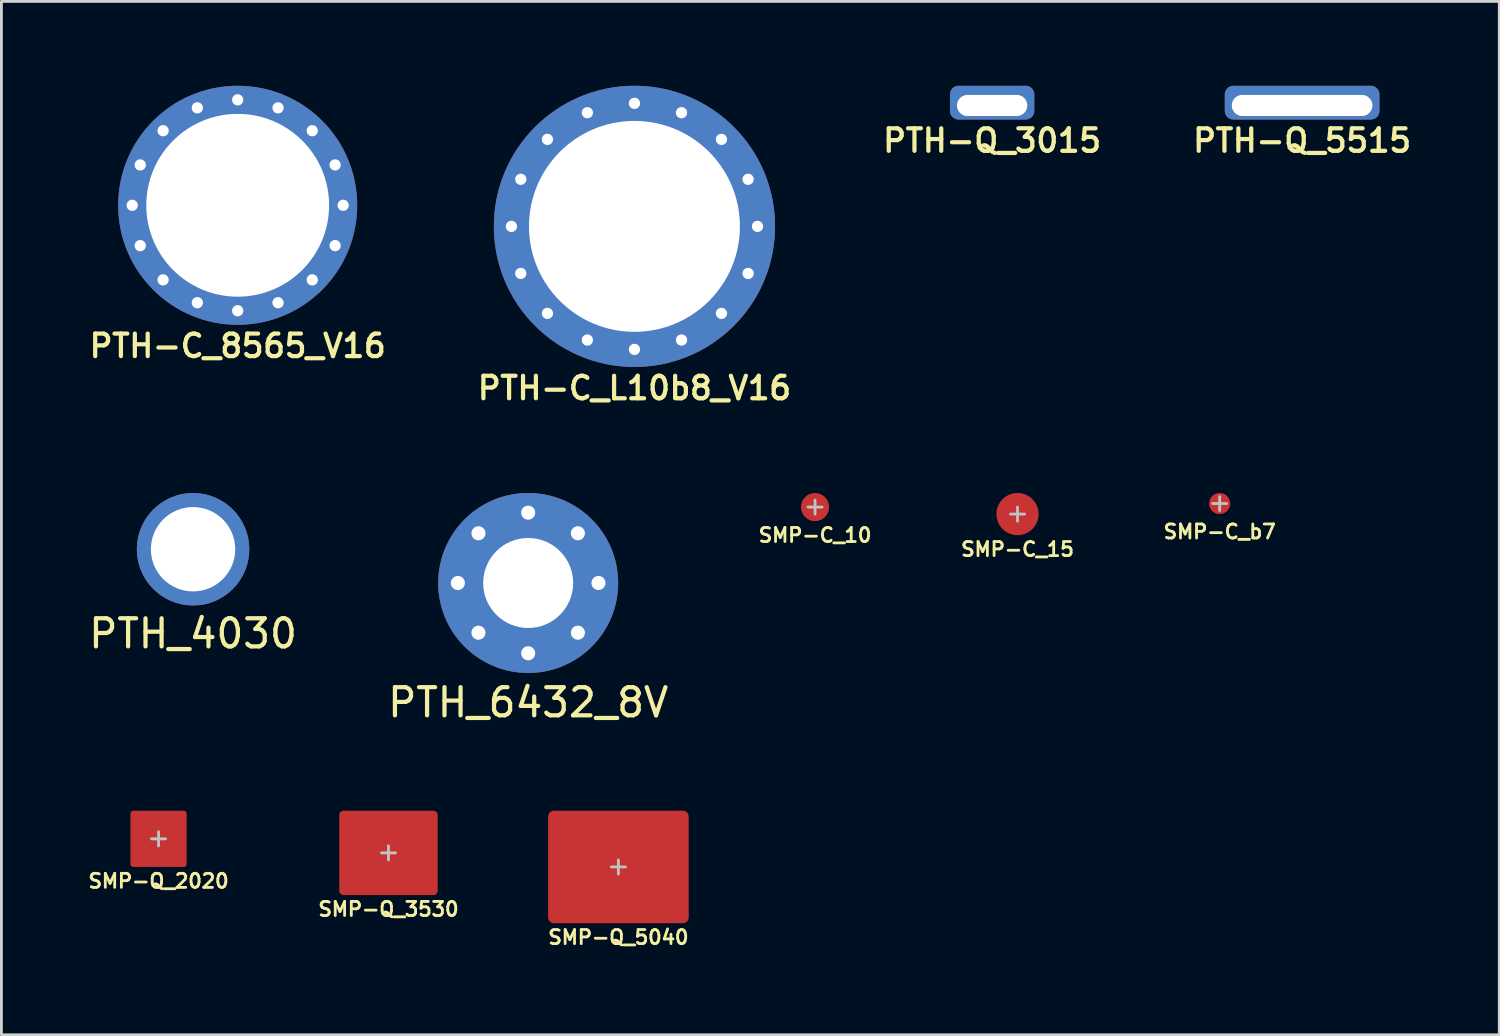
<source format=kicad_pcb>
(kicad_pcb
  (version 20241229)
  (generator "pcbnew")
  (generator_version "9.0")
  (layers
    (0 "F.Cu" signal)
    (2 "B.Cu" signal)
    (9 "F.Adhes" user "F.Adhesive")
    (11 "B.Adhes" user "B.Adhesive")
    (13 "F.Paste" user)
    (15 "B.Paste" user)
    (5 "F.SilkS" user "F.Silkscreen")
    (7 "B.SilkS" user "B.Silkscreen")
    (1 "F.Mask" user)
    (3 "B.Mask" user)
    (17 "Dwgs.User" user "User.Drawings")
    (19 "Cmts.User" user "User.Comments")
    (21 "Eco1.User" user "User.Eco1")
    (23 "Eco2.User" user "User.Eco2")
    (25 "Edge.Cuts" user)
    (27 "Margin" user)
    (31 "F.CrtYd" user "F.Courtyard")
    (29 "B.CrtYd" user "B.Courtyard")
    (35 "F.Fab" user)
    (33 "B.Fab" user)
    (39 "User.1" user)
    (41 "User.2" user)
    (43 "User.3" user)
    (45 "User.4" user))
  (footprint "SMP-C_b7"
    (layer "F.Cu")
    (at 40.321 14.856)
    (property "Reference" "SMP-C_b7" (at 0 1 0) (unlocked yes) (layer "F.SilkS") (effects (font (size 0.5 0.5) (thickness 0.1))))
    (attr smd)
    (fp_line (start -0.25 0) (end 0.25 0) (stroke (width 0.1) (type solid)) (layer "Dwgs.User"))
    (fp_line (start 0 -0.25) (end 0 0.25) (stroke (width 0.1) (type solid)) (layer "Dwgs.User"))
    (pad "PAD" smd circle (at 0 0) (size 0.75 0.75) (layers "F.Cu" "F.Mask" "F.Paste")))
  (footprint "PTH-Q_3015"
    (layer "F.Cu")
    (at 32.23 0.7)
    (property "Reference" "PTH-Q_3015" (at 0 1.25 0) (unlocked yes) (layer "F.SilkS") (effects (font (size 0.8 0.8) (thickness 0.15))))
    (attr through_hole)
    (fp_line (start -0.25 0) (end 0.25 0) (stroke (width 0.1) (type default)) (layer "Dwgs.User"))
    (fp_line (start 0 -0.25) (end 0 0.25) (stroke (width 0.1) (type default)) (layer "Dwgs.User"))
    (pad "PAD" thru_hole roundrect (at 0 0) (size 3 1.2) (drill oval 2.5 0.75 (offset 0 -0.1)) (layers "*.Cu" "*.Mask") (remove_unused_layers yes) (keep_end_layers yes) (zone_layer_connections) (roundrect_rratio 0.25)))
  (footprint "SMP-C_10"
    (layer "F.Cu")
    (at 25.933 14.981)
    (property "Reference" "SMP-C_10" (at 0 1 0) (unlocked yes) (layer "F.SilkS") (effects (font (size 0.5 0.5) (thickness 0.1))))
    (attr smd)
    (fp_line (start -0.25 0) (end 0.25 0) (stroke (width 0.1) (type solid)) (layer "Dwgs.User"))
    (fp_line (start 0 -0.25) (end 0 0.25) (stroke (width 0.1) (type solid)) (layer "Dwgs.User"))
    (pad "PAD" smd circle (at 0 0) (size 1 1) (layers "F.Cu" "F.Mask")))
  (footprint "PTH_6432_8V"
    (layer "F.Cu")
    (at 15.732 17.681)
    (property "Reference" "PTH_6432_8V" (at 0 4.25 0) (unlocked yes) (layer "F.SilkS") (effects (font (size 1 1) (thickness 0.15))))
    (attr through_hole)
    (fp_line (start -0.25 0) (end 0.25 0) (stroke (width 0.1) (type solid)) (layer "Dwgs.User"))
    (fp_line (start 0 -0.25) (end 0 0.25) (stroke (width 0.1) (type solid)) (layer "Dwgs.User"))
    (pad "1" thru_hole circle (at -2.5 0) (size 0.8 0.8) (drill 0.5) (layers "*.Cu" "*.Mask"))
    (pad "1" thru_hole circle (at -1.768 -1.768) (size 0.8 0.8) (drill 0.5) (layers "*.Cu" "*.Mask"))
    (pad "1" thru_hole circle (at -1.768 1.768) (size 0.8 0.8) (drill 0.5) (layers "*.Cu" "*.Mask"))
    (pad "1" thru_hole circle (at 0 -2.5) (size 0.8 0.8) (drill 0.5) (layers "*.Cu" "*.Mask"))
    (pad "1" thru_hole circle (at 0 0) (size 6.4 6.4) (drill 3.2) (layers "*.Cu" "*.Mask"))
    (pad "1" thru_hole circle (at 0 2.5) (size 0.8 0.8) (drill 0.5) (layers "*.Cu" "*.Mask"))
    (pad "1" thru_hole circle (at 1.768 -1.768) (size 0.8 0.8) (drill 0.5) (layers "*.Cu" "*.Mask"))
    (pad "1" thru_hole circle (at 1.768 1.768) (size 0.8 0.8) (drill 0.5) (layers "*.Cu" "*.Mask"))
    (pad "1" thru_hole circle (at 2.5 0) (size 0.8 0.8) (drill 0.5) (layers "*.Cu" "*.Mask")))
  (footprint "SMP-C_15"
    (layer "F.Cu")
    (at 33.133 15.231)
    (property "Reference" "SMP-C_15" (at 0 1.25 0) (unlocked yes) (layer "F.SilkS") (effects (font (size 0.5 0.5) (thickness 0.1))))
    (attr smd)
    (fp_line (start -0.25 0) (end 0.25 0) (stroke (width 0.1) (type solid)) (layer "Dwgs.User"))
    (fp_line (start 0 -0.25) (end 0 0.25) (stroke (width 0.1) (type solid)) (layer "Dwgs.User"))
    (pad "PAD" smd circle (at 0 0) (size 1.5 1.5) (layers "F.Cu" "F.Mask" "F.Paste")))
  (footprint "PTH-Q_5515"
    (layer "F.Cu")
    (at 43.253 0.7)
    (property "Reference" "PTH-Q_5515" (at 0 1.25 0) (unlocked yes) (layer "F.SilkS") (effects (font (size 0.8 0.8) (thickness 0.15))))
    (attr through_hole)
    (fp_line (start -0.25 0) (end 0.25 0) (stroke (width 0.1) (type default)) (layer "Dwgs.User"))
    (fp_line (start 0 -0.25) (end 0 0.25) (stroke (width 0.1) (type default)) (layer "Dwgs.User"))
    (pad "PAD" thru_hole roundrect (at 0 0) (size 5.5 1.2) (drill oval 5 0.75 (offset 0 -0.1)) (layers "*.Cu" "*.Mask") (remove_unused_layers yes) (keep_end_layers yes) (zone_layer_connections) (roundrect_rratio 0.25)))
  (footprint "SMP-Q_5040"
    (layer "F.Cu")
    (at 18.94 27.779)
    (property "Reference" "SMP-Q_5040" (at 0 2.5 0) (unlocked yes) (layer "F.SilkS") (effects (font (size 0.5 0.5) (thickness 0.1))))
    (attr smd)
    (fp_line (start -0.25 0) (end 0.25 0) (stroke (width 0.1) (type solid)) (layer "Dwgs.User"))
    (fp_line (start 0 -0.25) (end 0 0.25) (stroke (width 0.1) (type solid)) (layer "Dwgs.User"))
    (pad "PAD" smd roundrect (at 0 0) (size 5 4) (layers "F.Cu" "F.Mask" "F.Paste") (roundrect_rratio 0.05)))
  (footprint "PTH_4030"
    (layer "F.Cu")
    (at 3.815 16.481)
    (property "Reference" "PTH_4030" (at 0 3 0) (unlocked yes) (layer "F.SilkS") (effects (font (size 1 1) (thickness 0.15))))
    (attr smd)
    (fp_line (start -0.25 0) (end 0.25 0) (stroke (width 0.1) (type solid)) (layer "Dwgs.User"))
    (fp_line (start 0 -0.25) (end 0 0.25) (stroke (width 0.1) (type solid)) (layer "Dwgs.User"))
    (pad "1" thru_hole circle (at 0 0) (size 4 4) (drill 3) (layers "*.Cu" "*.Mask")))
  (footprint "PTH-C_8565_V16"
    (layer "F.Cu")
    (at 5.402 4.25)
    (property "Reference" "PTH-C_8565_V16" (at 0 5 0) (unlocked yes) (layer "F.SilkS") (effects (font (size 0.8 0.8) (thickness 0.15))))
    (attr through_hole)
    (fp_line (start -0.25 0) (end 0.25 0) (stroke (width 0.1) (type solid)) (layer "Dwgs.User"))
    (fp_line (start 0 -0.25) (end 0 0.25) (stroke (width 0.1) (type solid)) (layer "Dwgs.User"))
    (pad "PAD" thru_hole circle (at -3.75 0) (size 0.8 0.8) (drill 0.4) (layers "*.Cu" "*.Mask"))
    (pad "PAD" thru_hole circle (at -3.465 -1.435 67.5) (size 0.8 0.8) (drill 0.4) (layers "*.Cu" "*.Mask"))
    (pad "PAD" thru_hole circle (at -3.465 1.435 22.5) (size 0.8 0.8) (drill 0.4) (layers "*.Cu" "*.Mask"))
    (pad "PAD" thru_hole circle (at -2.652 -2.652 45) (size 0.8 0.8) (drill 0.4) (layers "*.Cu" "*.Mask"))
    (pad "PAD" thru_hole circle (at -2.652 2.652 45) (size 0.8 0.8) (drill 0.4) (layers "*.Cu" "*.Mask"))
    (pad "PAD" thru_hole circle (at -1.435 -3.465 22.5) (size 0.8 0.8) (drill 0.4) (layers "*.Cu" "*.Mask"))
    (pad "PAD" thru_hole circle (at -1.435 3.465 67.5) (size 0.8 0.8) (drill 0.4) (layers "*.Cu" "*.Mask"))
    (pad "PAD" thru_hole circle (at 0 -3.75) (size 0.8 0.8) (drill 0.4) (layers "*.Cu" "*.Mask"))
    (pad "PAD" thru_hole circle (at 0 0) (size 8.5 8.5) (drill 6.5) (layers "*.Cu" "*.Mask"))
    (pad "PAD" thru_hole circle (at 0 3.75) (size 0.8 0.8) (drill 0.4) (layers "*.Cu" "*.Mask"))
    (pad "PAD" thru_hole circle (at 1.435 -3.465 67.5) (size 0.8 0.8) (drill 0.4) (layers "*.Cu" "*.Mask"))
    (pad "PAD" thru_hole circle (at 1.435 3.465 22.5) (size 0.8 0.8) (drill 0.4) (layers "*.Cu" "*.Mask"))
    (pad "PAD" thru_hole circle (at 2.652 -2.652 45) (size 0.8 0.8) (drill 0.4) (layers "*.Cu" "*.Mask"))
    (pad "PAD" thru_hole circle (at 2.652 2.652 45) (size 0.8 0.8) (drill 0.4) (layers "*.Cu" "*.Mask"))
    (pad "PAD" thru_hole circle (at 3.465 -1.435 22.5) (size 0.8 0.8) (drill 0.4) (layers "*.Cu" "*.Mask"))
    (pad "PAD" thru_hole circle (at 3.465 1.435 67.5) (size 0.8 0.8) (drill 0.4) (layers "*.Cu" "*.Mask"))
    (pad "PAD" thru_hole circle (at 3.75 0) (size 0.8 0.8) (drill 0.4) (layers "*.Cu" "*.Mask")))
  (footprint "SMP-Q_3530"
    (layer "F.Cu")
    (at 10.764 27.279)
    (property "Reference" "SMP-Q_3530" (at 0 2 0) (unlocked yes) (layer "F.SilkS") (effects (font (size 0.5 0.5) (thickness 0.1))))
    (attr smd)
    (fp_line (start -0.25 0) (end 0.25 0) (stroke (width 0.1) (type solid)) (layer "Dwgs.User"))
    (fp_line (start 0 -0.25) (end 0 0.25) (stroke (width 0.1) (type solid)) (layer "Dwgs.User"))
    (pad "PAD" smd roundrect (at 0 0) (size 3.5 3) (layers "F.Cu" "F.Mask" "F.Paste") (roundrect_rratio 0.05)))
  (footprint "PTH-C_L10b8_V16"
    (layer "F.Cu")
    (at 19.511 5)
    (property "Reference" "PTH-C_L10b8_V16" (at 0 5.75 0) (unlocked yes) (layer "F.SilkS") (effects (font (size 0.8 0.8) (thickness 0.15))))
    (attr through_hole)
    (fp_line (start -0.25 0) (end 0.25 0) (stroke (width 0.1) (type solid)) (layer "Dwgs.User"))
    (fp_line (start 0 -0.25) (end 0 0.25) (stroke (width 0.1) (type solid)) (layer "Dwgs.User"))
    (pad "PAD" thru_hole circle (at -4.375 0) (size 0.8 0.8) (drill 0.4) (layers "*.Cu" "*.Mask"))
    (pad "PAD" thru_hole circle (at -4.042 -1.674) (size 0.8 0.8) (drill 0.4) (layers "*.Cu" "*.Mask"))
    (pad "PAD" thru_hole circle (at -4.042 1.674) (size 0.8 0.8) (drill 0.4) (layers "*.Cu" "*.Mask"))
    (pad "PAD" thru_hole circle (at -3.094 -3.094) (size 0.8 0.8) (drill 0.4) (layers "*.Cu" "*.Mask"))
    (pad "PAD" thru_hole circle (at -3.094 3.094) (size 0.8 0.8) (drill 0.4) (layers "*.Cu" "*.Mask"))
    (pad "PAD" thru_hole circle (at -1.674 -4.042) (size 0.8 0.8) (drill 0.4) (layers "*.Cu" "*.Mask"))
    (pad "PAD" thru_hole circle (at -1.674 4.042) (size 0.8 0.8) (drill 0.4) (layers "*.Cu" "*.Mask"))
    (pad "PAD" thru_hole circle (at 0 -4.375) (size 0.8 0.8) (drill 0.4) (layers "*.Cu" "*.Mask"))
    (pad "PAD" thru_hole circle (at 0 0) (size 10 10) (drill 7.5) (layers "*.Cu" "*.Mask"))
    (pad "PAD" thru_hole circle (at 0 4.375) (size 0.8 0.8) (drill 0.4) (layers "*.Cu" "*.Mask"))
    (pad "PAD" thru_hole circle (at 1.674 -4.042) (size 0.8 0.8) (drill 0.4) (layers "*.Cu" "*.Mask"))
    (pad "PAD" thru_hole circle (at 1.674 4.042) (size 0.8 0.8) (drill 0.4) (layers "*.Cu" "*.Mask"))
    (pad "PAD" thru_hole circle (at 3.094 -3.094) (size 0.8 0.8) (drill 0.4) (layers "*.Cu" "*.Mask"))
    (pad "PAD" thru_hole circle (at 3.094 3.094) (size 0.8 0.8) (drill 0.4) (layers "*.Cu" "*.Mask"))
    (pad "PAD" thru_hole circle (at 4.042 -1.674) (size 0.8 0.8) (drill 0.4) (layers "*.Cu" "*.Mask"))
    (pad "PAD" thru_hole circle (at 4.042 1.674) (size 0.8 0.8) (drill 0.4) (layers "*.Cu" "*.Mask"))
    (pad "PAD" thru_hole circle (at 4.375 0) (size 0.8 0.8) (drill 0.4) (layers "*.Cu" "*.Mask")))
  (footprint "SMP-Q_2020"
    (layer "F.Cu")
    (at 2.588 26.779)
    (property "Reference" "SMP-Q_2020" (at 0 1.5 0) (unlocked yes) (layer "F.SilkS") (effects (font (size 0.5 0.5) (thickness 0.1))))
    (attr smd)
    (fp_line (start -0.25 0) (end 0.25 0) (stroke (width 0.1) (type solid)) (layer "Dwgs.User"))
    (fp_line (start 0 -0.25) (end 0 0.25) (stroke (width 0.1) (type solid)) (layer "Dwgs.User"))
    (pad "PAD" smd roundrect (at 0 0) (size 2 2) (layers "F.Cu" "F.Mask" "F.Paste") (roundrect_rratio 0.05)))
  (gr_rect
    (start -3 -3)
    (end 50.265 33.748)
    (stroke (width 0.1) (type default))
    (fill no)
    (layer "Edge.Cuts")))
</source>
